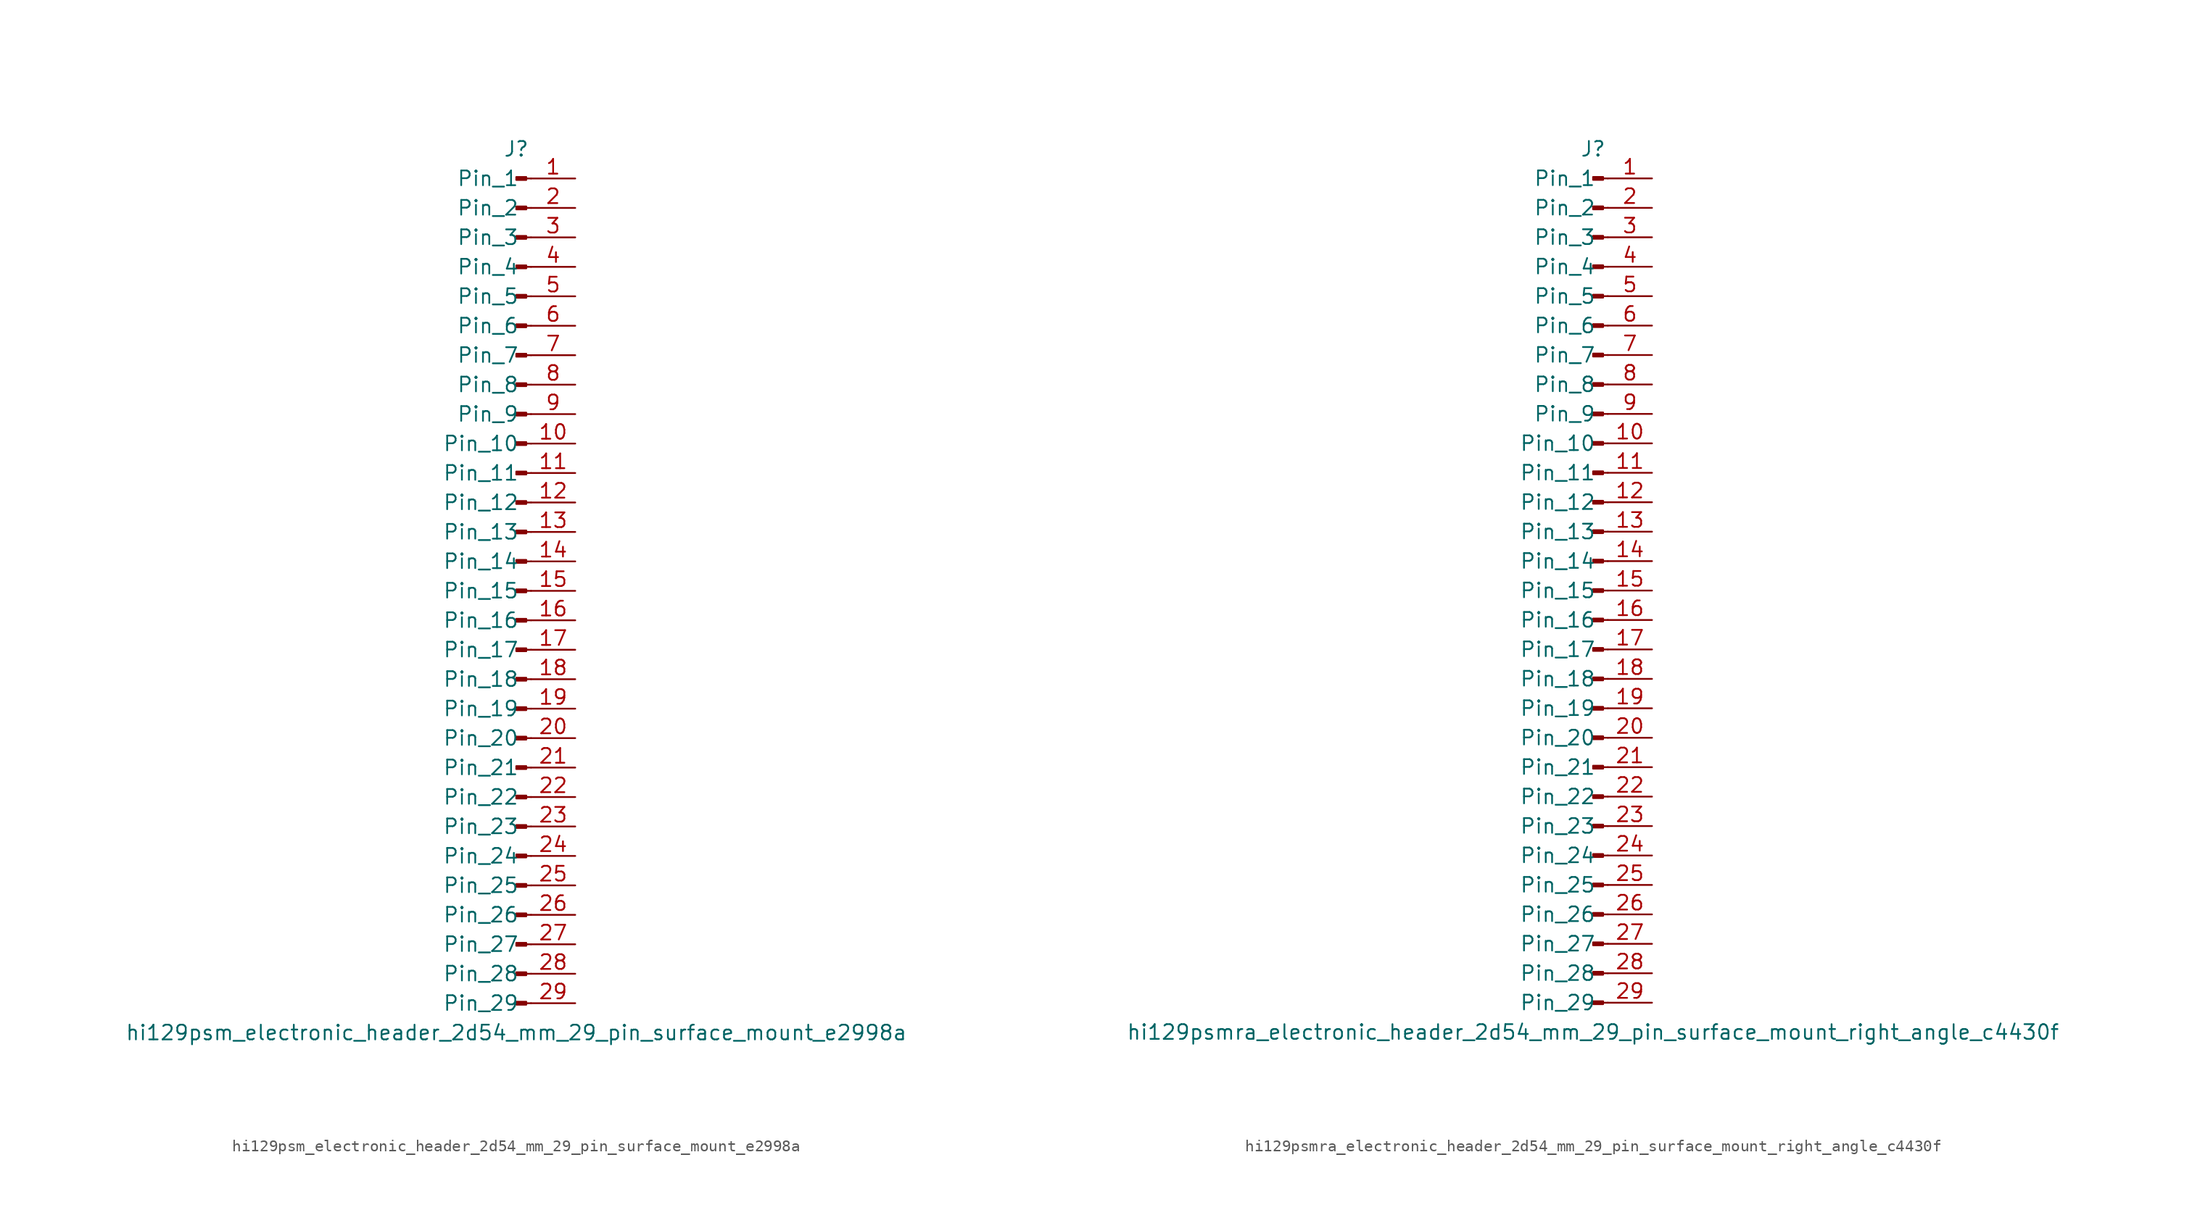
<source format=kicad_sym>
(kicad_symbol_lib
  (version 20220914)
  (generator kicad_symbol_editor)
  (symbol "hi129psm_electronic_header_2d54_mm_29_pin_surface_mount_e2998a"
    (pin_names
      (offset 1.016))
    (property "Reference" "J"
      (at 0 38.1 0)
      (effects (font (size 1.27 1.27))))
    (property "Value" "hi129psm_electronic_header_2d54_mm_29_pin_surface_mount_e2998a"
      (at 0 -38.1 0)
      (effects (font (size 1.27 1.27))))
    (property "ki_locked" ""
      (at 0 0 0)
      (effects (font (size 1.27 1.27))))
    (symbol "hi129psm_electronic_header_2d54_mm_29_pin_surface_mount_e2998a_1_1"
      (polyline (pts (xy 1.27 -35.56) (xy 0.864 -35.56)) (stroke (width 0.152) (type default)) (fill (type none)))
      (polyline (pts (xy 1.27 -33.02) (xy 0.864 -33.02)) (stroke (width 0.152) (type default)) (fill (type none)))
      (polyline (pts (xy 1.27 -30.48) (xy 0.864 -30.48)) (stroke (width 0.152) (type default)) (fill (type none)))
      (polyline (pts (xy 1.27 -27.94) (xy 0.864 -27.94)) (stroke (width 0.152) (type default)) (fill (type none)))
      (polyline (pts (xy 1.27 -25.4) (xy 0.864 -25.4)) (stroke (width 0.152) (type default)) (fill (type none)))
      (polyline (pts (xy 1.27 -22.86) (xy 0.864 -22.86)) (stroke (width 0.152) (type default)) (fill (type none)))
      (polyline (pts (xy 1.27 -20.32) (xy 0.864 -20.32)) (stroke (width 0.152) (type default)) (fill (type none)))
      (polyline (pts (xy 1.27 -17.78) (xy 0.864 -17.78)) (stroke (width 0.152) (type default)) (fill (type none)))
      (polyline (pts (xy 1.27 -15.24) (xy 0.864 -15.24)) (stroke (width 0.152) (type default)) (fill (type none)))
      (polyline (pts (xy 1.27 -12.7) (xy 0.864 -12.7)) (stroke (width 0.152) (type default)) (fill (type none)))
      (polyline (pts (xy 1.27 -10.16) (xy 0.864 -10.16)) (stroke (width 0.152) (type default)) (fill (type none)))
      (polyline (pts (xy 1.27 -7.62) (xy 0.864 -7.62)) (stroke (width 0.152) (type default)) (fill (type none)))
      (polyline (pts (xy 1.27 -5.08) (xy 0.864 -5.08)) (stroke (width 0.152) (type default)) (fill (type none)))
      (polyline (pts (xy 1.27 -2.54) (xy 0.864 -2.54)) (stroke (width 0.152) (type default)) (fill (type none)))
      (polyline (pts (xy 1.27 0) (xy 0.864 0)) (stroke (width 0.152) (type default)) (fill (type none)))
      (polyline (pts (xy 1.27 2.54) (xy 0.864 2.54)) (stroke (width 0.152) (type default)) (fill (type none)))
      (polyline (pts (xy 1.27 5.08) (xy 0.864 5.08)) (stroke (width 0.152) (type default)) (fill (type none)))
      (polyline (pts (xy 1.27 7.62) (xy 0.864 7.62)) (stroke (width 0.152) (type default)) (fill (type none)))
      (polyline (pts (xy 1.27 10.16) (xy 0.864 10.16)) (stroke (width 0.152) (type default)) (fill (type none)))
      (polyline (pts (xy 1.27 12.7) (xy 0.864 12.7)) (stroke (width 0.152) (type default)) (fill (type none)))
      (polyline (pts (xy 1.27 15.24) (xy 0.864 15.24)) (stroke (width 0.152) (type default)) (fill (type none)))
      (polyline (pts (xy 1.27 17.78) (xy 0.864 17.78)) (stroke (width 0.152) (type default)) (fill (type none)))
      (polyline (pts (xy 1.27 20.32) (xy 0.864 20.32)) (stroke (width 0.152) (type default)) (fill (type none)))
      (polyline (pts (xy 1.27 22.86) (xy 0.864 22.86)) (stroke (width 0.152) (type default)) (fill (type none)))
      (polyline (pts (xy 1.27 25.4) (xy 0.864 25.4)) (stroke (width 0.152) (type default)) (fill (type none)))
      (polyline (pts (xy 1.27 27.94) (xy 0.864 27.94)) (stroke (width 0.152) (type default)) (fill (type none)))
      (polyline (pts (xy 1.27 30.48) (xy 0.864 30.48)) (stroke (width 0.152) (type default)) (fill (type none)))
      (polyline (pts (xy 1.27 33.02) (xy 0.864 33.02)) (stroke (width 0.152) (type default)) (fill (type none)))
      (polyline (pts (xy 1.27 35.56) (xy 0.864 35.56)) (stroke (width 0.152) (type default)) (fill (type none)))
      (rectangle (start 0.864 -35.433) (end 0 -35.687) (stroke (width 0.152) (type default)) (fill (type outline)))
      (rectangle (start 0.864 -32.893) (end 0 -33.147) (stroke (width 0.152) (type default)) (fill (type outline)))
      (rectangle (start 0.864 -30.353) (end 0 -30.607) (stroke (width 0.152) (type default)) (fill (type outline)))
      (rectangle (start 0.864 -27.813) (end 0 -28.067) (stroke (width 0.152) (type default)) (fill (type outline)))
      (rectangle (start 0.864 -25.273) (end 0 -25.527) (stroke (width 0.152) (type default)) (fill (type outline)))
      (rectangle (start 0.864 -22.733) (end 0 -22.987) (stroke (width 0.152) (type default)) (fill (type outline)))
      (rectangle (start 0.864 -20.193) (end 0 -20.447) (stroke (width 0.152) (type default)) (fill (type outline)))
      (rectangle (start 0.864 -17.653) (end 0 -17.907) (stroke (width 0.152) (type default)) (fill (type outline)))
      (rectangle (start 0.864 -15.113) (end 0 -15.367) (stroke (width 0.152) (type default)) (fill (type outline)))
      (rectangle (start 0.864 -12.573) (end 0 -12.827) (stroke (width 0.152) (type default)) (fill (type outline)))
      (rectangle (start 0.864 -10.033) (end 0 -10.287) (stroke (width 0.152) (type default)) (fill (type outline)))
      (rectangle (start 0.864 -7.493) (end 0 -7.747) (stroke (width 0.152) (type default)) (fill (type outline)))
      (rectangle (start 0.864 -4.953) (end 0 -5.207) (stroke (width 0.152) (type default)) (fill (type outline)))
      (rectangle (start 0.864 -2.413) (end 0 -2.667) (stroke (width 0.152) (type default)) (fill (type outline)))
      (rectangle (start 0.864 0.127) (end 0 -0.127) (stroke (width 0.152) (type default)) (fill (type outline)))
      (rectangle (start 0.864 2.667) (end 0 2.413) (stroke (width 0.152) (type default)) (fill (type outline)))
      (rectangle (start 0.864 5.207) (end 0 4.953) (stroke (width 0.152) (type default)) (fill (type outline)))
      (rectangle (start 0.864 7.747) (end 0 7.493) (stroke (width 0.152) (type default)) (fill (type outline)))
      (rectangle (start 0.864 10.287) (end 0 10.033) (stroke (width 0.152) (type default)) (fill (type outline)))
      (rectangle (start 0.864 12.827) (end 0 12.573) (stroke (width 0.152) (type default)) (fill (type outline)))
      (rectangle (start 0.864 15.367) (end 0 15.113) (stroke (width 0.152) (type default)) (fill (type outline)))
      (rectangle (start 0.864 17.907) (end 0 17.653) (stroke (width 0.152) (type default)) (fill (type outline)))
      (rectangle (start 0.864 20.447) (end 0 20.193) (stroke (width 0.152) (type default)) (fill (type outline)))
      (rectangle (start 0.864 22.987) (end 0 22.733) (stroke (width 0.152) (type default)) (fill (type outline)))
      (rectangle (start 0.864 25.527) (end 0 25.273) (stroke (width 0.152) (type default)) (fill (type outline)))
      (rectangle (start 0.864 28.067) (end 0 27.813) (stroke (width 0.152) (type default)) (fill (type outline)))
      (rectangle (start 0.864 30.607) (end 0 30.353) (stroke (width 0.152) (type default)) (fill (type outline)))
      (rectangle (start 0.864 33.147) (end 0 32.893) (stroke (width 0.152) (type default)) (fill (type outline)))
      (rectangle (start 0.864 35.687) (end 0 35.433) (stroke (width 0.152) (type default)) (fill (type outline)))
      (pin passive line (at 5.08 35.56 180) (length 3.81) (name "Pin_1" (effects (font (size 1.27 1.27)))) (number "1" (effects (font (size 1.27 1.27)))))
      (pin passive line (at 5.08 12.7 180) (length 3.81) (name "Pin_10" (effects (font (size 1.27 1.27)))) (number "10" (effects (font (size 1.27 1.27)))))
      (pin passive line (at 5.08 10.16 180) (length 3.81) (name "Pin_11" (effects (font (size 1.27 1.27)))) (number "11" (effects (font (size 1.27 1.27)))))
      (pin passive line (at 5.08 7.62 180) (length 3.81) (name "Pin_12" (effects (font (size 1.27 1.27)))) (number "12" (effects (font (size 1.27 1.27)))))
      (pin passive line (at 5.08 5.08 180) (length 3.81) (name "Pin_13" (effects (font (size 1.27 1.27)))) (number "13" (effects (font (size 1.27 1.27)))))
      (pin passive line (at 5.08 2.54 180) (length 3.81) (name "Pin_14" (effects (font (size 1.27 1.27)))) (number "14" (effects (font (size 1.27 1.27)))))
      (pin passive line (at 5.08 0 180) (length 3.81) (name "Pin_15" (effects (font (size 1.27 1.27)))) (number "15" (effects (font (size 1.27 1.27)))))
      (pin passive line (at 5.08 -2.54 180) (length 3.81) (name "Pin_16" (effects (font (size 1.27 1.27)))) (number "16" (effects (font (size 1.27 1.27)))))
      (pin passive line (at 5.08 -5.08 180) (length 3.81) (name "Pin_17" (effects (font (size 1.27 1.27)))) (number "17" (effects (font (size 1.27 1.27)))))
      (pin passive line (at 5.08 -7.62 180) (length 3.81) (name "Pin_18" (effects (font (size 1.27 1.27)))) (number "18" (effects (font (size 1.27 1.27)))))
      (pin passive line (at 5.08 -10.16 180) (length 3.81) (name "Pin_19" (effects (font (size 1.27 1.27)))) (number "19" (effects (font (size 1.27 1.27)))))
      (pin passive line (at 5.08 33.02 180) (length 3.81) (name "Pin_2" (effects (font (size 1.27 1.27)))) (number "2" (effects (font (size 1.27 1.27)))))
      (pin passive line (at 5.08 -12.7 180) (length 3.81) (name "Pin_20" (effects (font (size 1.27 1.27)))) (number "20" (effects (font (size 1.27 1.27)))))
      (pin passive line (at 5.08 -15.24 180) (length 3.81) (name "Pin_21" (effects (font (size 1.27 1.27)))) (number "21" (effects (font (size 1.27 1.27)))))
      (pin passive line (at 5.08 -17.78 180) (length 3.81) (name "Pin_22" (effects (font (size 1.27 1.27)))) (number "22" (effects (font (size 1.27 1.27)))))
      (pin passive line (at 5.08 -20.32 180) (length 3.81) (name "Pin_23" (effects (font (size 1.27 1.27)))) (number "23" (effects (font (size 1.27 1.27)))))
      (pin passive line (at 5.08 -22.86 180) (length 3.81) (name "Pin_24" (effects (font (size 1.27 1.27)))) (number "24" (effects (font (size 1.27 1.27)))))
      (pin passive line (at 5.08 -25.4 180) (length 3.81) (name "Pin_25" (effects (font (size 1.27 1.27)))) (number "25" (effects (font (size 1.27 1.27)))))
      (pin passive line (at 5.08 -27.94 180) (length 3.81) (name "Pin_26" (effects (font (size 1.27 1.27)))) (number "26" (effects (font (size 1.27 1.27)))))
      (pin passive line (at 5.08 -30.48 180) (length 3.81) (name "Pin_27" (effects (font (size 1.27 1.27)))) (number "27" (effects (font (size 1.27 1.27)))))
      (pin passive line (at 5.08 -33.02 180) (length 3.81) (name "Pin_28" (effects (font (size 1.27 1.27)))) (number "28" (effects (font (size 1.27 1.27)))))
      (pin passive line (at 5.08 -35.56 180) (length 3.81) (name "Pin_29" (effects (font (size 1.27 1.27)))) (number "29" (effects (font (size 1.27 1.27)))))
      (pin passive line (at 5.08 30.48 180) (length 3.81) (name "Pin_3" (effects (font (size 1.27 1.27)))) (number "3" (effects (font (size 1.27 1.27)))))
      (pin passive line (at 5.08 27.94 180) (length 3.81) (name "Pin_4" (effects (font (size 1.27 1.27)))) (number "4" (effects (font (size 1.27 1.27)))))
      (pin passive line (at 5.08 25.4 180) (length 3.81) (name "Pin_5" (effects (font (size 1.27 1.27)))) (number "5" (effects (font (size 1.27 1.27)))))
      (pin passive line (at 5.08 22.86 180) (length 3.81) (name "Pin_6" (effects (font (size 1.27 1.27)))) (number "6" (effects (font (size 1.27 1.27)))))
      (pin passive line (at 5.08 20.32 180) (length 3.81) (name "Pin_7" (effects (font (size 1.27 1.27)))) (number "7" (effects (font (size 1.27 1.27)))))
      (pin passive line (at 5.08 17.78 180) (length 3.81) (name "Pin_8" (effects (font (size 1.27 1.27)))) (number "8" (effects (font (size 1.27 1.27)))))
      (pin passive line (at 5.08 15.24 180) (length 3.81) (name "Pin_9" (effects (font (size 1.27 1.27)))) (number "9" (effects (font (size 1.27 1.27)))))))
  (symbol "hi129psmra_electronic_header_2d54_mm_29_pin_surface_mount_right_angle_c4430f"
    (pin_names
      (offset 1.016))
    (property "Reference" "J"
      (at 0 38.1 0)
      (effects (font (size 1.27 1.27))))
    (property "Value" "hi129psmra_electronic_header_2d54_mm_29_pin_surface_mount_right_angle_c4430f"
      (at 0 -38.1 0)
      (effects (font (size 1.27 1.27))))
    (property "ki_locked" ""
      (at 0 0 0)
      (effects (font (size 1.27 1.27))))
    (symbol "hi129psmra_electronic_header_2d54_mm_29_pin_surface_mount_right_angle_c4430f_1_1"
      (polyline (pts (xy 1.27 -35.56) (xy 0.864 -35.56)) (stroke (width 0.152) (type default)) (fill (type none)))
      (polyline (pts (xy 1.27 -33.02) (xy 0.864 -33.02)) (stroke (width 0.152) (type default)) (fill (type none)))
      (polyline (pts (xy 1.27 -30.48) (xy 0.864 -30.48)) (stroke (width 0.152) (type default)) (fill (type none)))
      (polyline (pts (xy 1.27 -27.94) (xy 0.864 -27.94)) (stroke (width 0.152) (type default)) (fill (type none)))
      (polyline (pts (xy 1.27 -25.4) (xy 0.864 -25.4)) (stroke (width 0.152) (type default)) (fill (type none)))
      (polyline (pts (xy 1.27 -22.86) (xy 0.864 -22.86)) (stroke (width 0.152) (type default)) (fill (type none)))
      (polyline (pts (xy 1.27 -20.32) (xy 0.864 -20.32)) (stroke (width 0.152) (type default)) (fill (type none)))
      (polyline (pts (xy 1.27 -17.78) (xy 0.864 -17.78)) (stroke (width 0.152) (type default)) (fill (type none)))
      (polyline (pts (xy 1.27 -15.24) (xy 0.864 -15.24)) (stroke (width 0.152) (type default)) (fill (type none)))
      (polyline (pts (xy 1.27 -12.7) (xy 0.864 -12.7)) (stroke (width 0.152) (type default)) (fill (type none)))
      (polyline (pts (xy 1.27 -10.16) (xy 0.864 -10.16)) (stroke (width 0.152) (type default)) (fill (type none)))
      (polyline (pts (xy 1.27 -7.62) (xy 0.864 -7.62)) (stroke (width 0.152) (type default)) (fill (type none)))
      (polyline (pts (xy 1.27 -5.08) (xy 0.864 -5.08)) (stroke (width 0.152) (type default)) (fill (type none)))
      (polyline (pts (xy 1.27 -2.54) (xy 0.864 -2.54)) (stroke (width 0.152) (type default)) (fill (type none)))
      (polyline (pts (xy 1.27 0) (xy 0.864 0)) (stroke (width 0.152) (type default)) (fill (type none)))
      (polyline (pts (xy 1.27 2.54) (xy 0.864 2.54)) (stroke (width 0.152) (type default)) (fill (type none)))
      (polyline (pts (xy 1.27 5.08) (xy 0.864 5.08)) (stroke (width 0.152) (type default)) (fill (type none)))
      (polyline (pts (xy 1.27 7.62) (xy 0.864 7.62)) (stroke (width 0.152) (type default)) (fill (type none)))
      (polyline (pts (xy 1.27 10.16) (xy 0.864 10.16)) (stroke (width 0.152) (type default)) (fill (type none)))
      (polyline (pts (xy 1.27 12.7) (xy 0.864 12.7)) (stroke (width 0.152) (type default)) (fill (type none)))
      (polyline (pts (xy 1.27 15.24) (xy 0.864 15.24)) (stroke (width 0.152) (type default)) (fill (type none)))
      (polyline (pts (xy 1.27 17.78) (xy 0.864 17.78)) (stroke (width 0.152) (type default)) (fill (type none)))
      (polyline (pts (xy 1.27 20.32) (xy 0.864 20.32)) (stroke (width 0.152) (type default)) (fill (type none)))
      (polyline (pts (xy 1.27 22.86) (xy 0.864 22.86)) (stroke (width 0.152) (type default)) (fill (type none)))
      (polyline (pts (xy 1.27 25.4) (xy 0.864 25.4)) (stroke (width 0.152) (type default)) (fill (type none)))
      (polyline (pts (xy 1.27 27.94) (xy 0.864 27.94)) (stroke (width 0.152) (type default)) (fill (type none)))
      (polyline (pts (xy 1.27 30.48) (xy 0.864 30.48)) (stroke (width 0.152) (type default)) (fill (type none)))
      (polyline (pts (xy 1.27 33.02) (xy 0.864 33.02)) (stroke (width 0.152) (type default)) (fill (type none)))
      (polyline (pts (xy 1.27 35.56) (xy 0.864 35.56)) (stroke (width 0.152) (type default)) (fill (type none)))
      (rectangle (start 0.864 -35.433) (end 0 -35.687) (stroke (width 0.152) (type default)) (fill (type outline)))
      (rectangle (start 0.864 -32.893) (end 0 -33.147) (stroke (width 0.152) (type default)) (fill (type outline)))
      (rectangle (start 0.864 -30.353) (end 0 -30.607) (stroke (width 0.152) (type default)) (fill (type outline)))
      (rectangle (start 0.864 -27.813) (end 0 -28.067) (stroke (width 0.152) (type default)) (fill (type outline)))
      (rectangle (start 0.864 -25.273) (end 0 -25.527) (stroke (width 0.152) (type default)) (fill (type outline)))
      (rectangle (start 0.864 -22.733) (end 0 -22.987) (stroke (width 0.152) (type default)) (fill (type outline)))
      (rectangle (start 0.864 -20.193) (end 0 -20.447) (stroke (width 0.152) (type default)) (fill (type outline)))
      (rectangle (start 0.864 -17.653) (end 0 -17.907) (stroke (width 0.152) (type default)) (fill (type outline)))
      (rectangle (start 0.864 -15.113) (end 0 -15.367) (stroke (width 0.152) (type default)) (fill (type outline)))
      (rectangle (start 0.864 -12.573) (end 0 -12.827) (stroke (width 0.152) (type default)) (fill (type outline)))
      (rectangle (start 0.864 -10.033) (end 0 -10.287) (stroke (width 0.152) (type default)) (fill (type outline)))
      (rectangle (start 0.864 -7.493) (end 0 -7.747) (stroke (width 0.152) (type default)) (fill (type outline)))
      (rectangle (start 0.864 -4.953) (end 0 -5.207) (stroke (width 0.152) (type default)) (fill (type outline)))
      (rectangle (start 0.864 -2.413) (end 0 -2.667) (stroke (width 0.152) (type default)) (fill (type outline)))
      (rectangle (start 0.864 0.127) (end 0 -0.127) (stroke (width 0.152) (type default)) (fill (type outline)))
      (rectangle (start 0.864 2.667) (end 0 2.413) (stroke (width 0.152) (type default)) (fill (type outline)))
      (rectangle (start 0.864 5.207) (end 0 4.953) (stroke (width 0.152) (type default)) (fill (type outline)))
      (rectangle (start 0.864 7.747) (end 0 7.493) (stroke (width 0.152) (type default)) (fill (type outline)))
      (rectangle (start 0.864 10.287) (end 0 10.033) (stroke (width 0.152) (type default)) (fill (type outline)))
      (rectangle (start 0.864 12.827) (end 0 12.573) (stroke (width 0.152) (type default)) (fill (type outline)))
      (rectangle (start 0.864 15.367) (end 0 15.113) (stroke (width 0.152) (type default)) (fill (type outline)))
      (rectangle (start 0.864 17.907) (end 0 17.653) (stroke (width 0.152) (type default)) (fill (type outline)))
      (rectangle (start 0.864 20.447) (end 0 20.193) (stroke (width 0.152) (type default)) (fill (type outline)))
      (rectangle (start 0.864 22.987) (end 0 22.733) (stroke (width 0.152) (type default)) (fill (type outline)))
      (rectangle (start 0.864 25.527) (end 0 25.273) (stroke (width 0.152) (type default)) (fill (type outline)))
      (rectangle (start 0.864 28.067) (end 0 27.813) (stroke (width 0.152) (type default)) (fill (type outline)))
      (rectangle (start 0.864 30.607) (end 0 30.353) (stroke (width 0.152) (type default)) (fill (type outline)))
      (rectangle (start 0.864 33.147) (end 0 32.893) (stroke (width 0.152) (type default)) (fill (type outline)))
      (rectangle (start 0.864 35.687) (end 0 35.433) (stroke (width 0.152) (type default)) (fill (type outline)))
      (pin passive line (at 5.08 35.56 180) (length 3.81) (name "Pin_1" (effects (font (size 1.27 1.27)))) (number "1" (effects (font (size 1.27 1.27)))))
      (pin passive line (at 5.08 12.7 180) (length 3.81) (name "Pin_10" (effects (font (size 1.27 1.27)))) (number "10" (effects (font (size 1.27 1.27)))))
      (pin passive line (at 5.08 10.16 180) (length 3.81) (name "Pin_11" (effects (font (size 1.27 1.27)))) (number "11" (effects (font (size 1.27 1.27)))))
      (pin passive line (at 5.08 7.62 180) (length 3.81) (name "Pin_12" (effects (font (size 1.27 1.27)))) (number "12" (effects (font (size 1.27 1.27)))))
      (pin passive line (at 5.08 5.08 180) (length 3.81) (name "Pin_13" (effects (font (size 1.27 1.27)))) (number "13" (effects (font (size 1.27 1.27)))))
      (pin passive line (at 5.08 2.54 180) (length 3.81) (name "Pin_14" (effects (font (size 1.27 1.27)))) (number "14" (effects (font (size 1.27 1.27)))))
      (pin passive line (at 5.08 0 180) (length 3.81) (name "Pin_15" (effects (font (size 1.27 1.27)))) (number "15" (effects (font (size 1.27 1.27)))))
      (pin passive line (at 5.08 -2.54 180) (length 3.81) (name "Pin_16" (effects (font (size 1.27 1.27)))) (number "16" (effects (font (size 1.27 1.27)))))
      (pin passive line (at 5.08 -5.08 180) (length 3.81) (name "Pin_17" (effects (font (size 1.27 1.27)))) (number "17" (effects (font (size 1.27 1.27)))))
      (pin passive line (at 5.08 -7.62 180) (length 3.81) (name "Pin_18" (effects (font (size 1.27 1.27)))) (number "18" (effects (font (size 1.27 1.27)))))
      (pin passive line (at 5.08 -10.16 180) (length 3.81) (name "Pin_19" (effects (font (size 1.27 1.27)))) (number "19" (effects (font (size 1.27 1.27)))))
      (pin passive line (at 5.08 33.02 180) (length 3.81) (name "Pin_2" (effects (font (size 1.27 1.27)))) (number "2" (effects (font (size 1.27 1.27)))))
      (pin passive line (at 5.08 -12.7 180) (length 3.81) (name "Pin_20" (effects (font (size 1.27 1.27)))) (number "20" (effects (font (size 1.27 1.27)))))
      (pin passive line (at 5.08 -15.24 180) (length 3.81) (name "Pin_21" (effects (font (size 1.27 1.27)))) (number "21" (effects (font (size 1.27 1.27)))))
      (pin passive line (at 5.08 -17.78 180) (length 3.81) (name "Pin_22" (effects (font (size 1.27 1.27)))) (number "22" (effects (font (size 1.27 1.27)))))
      (pin passive line (at 5.08 -20.32 180) (length 3.81) (name "Pin_23" (effects (font (size 1.27 1.27)))) (number "23" (effects (font (size 1.27 1.27)))))
      (pin passive line (at 5.08 -22.86 180) (length 3.81) (name "Pin_24" (effects (font (size 1.27 1.27)))) (number "24" (effects (font (size 1.27 1.27)))))
      (pin passive line (at 5.08 -25.4 180) (length 3.81) (name "Pin_25" (effects (font (size 1.27 1.27)))) (number "25" (effects (font (size 1.27 1.27)))))
      (pin passive line (at 5.08 -27.94 180) (length 3.81) (name "Pin_26" (effects (font (size 1.27 1.27)))) (number "26" (effects (font (size 1.27 1.27)))))
      (pin passive line (at 5.08 -30.48 180) (length 3.81) (name "Pin_27" (effects (font (size 1.27 1.27)))) (number "27" (effects (font (size 1.27 1.27)))))
      (pin passive line (at 5.08 -33.02 180) (length 3.81) (name "Pin_28" (effects (font (size 1.27 1.27)))) (number "28" (effects (font (size 1.27 1.27)))))
      (pin passive line (at 5.08 -35.56 180) (length 3.81) (name "Pin_29" (effects (font (size 1.27 1.27)))) (number "29" (effects (font (size 1.27 1.27)))))
      (pin passive line (at 5.08 30.48 180) (length 3.81) (name "Pin_3" (effects (font (size 1.27 1.27)))) (number "3" (effects (font (size 1.27 1.27)))))
      (pin passive line (at 5.08 27.94 180) (length 3.81) (name "Pin_4" (effects (font (size 1.27 1.27)))) (number "4" (effects (font (size 1.27 1.27)))))
      (pin passive line (at 5.08 25.4 180) (length 3.81) (name "Pin_5" (effects (font (size 1.27 1.27)))) (number "5" (effects (font (size 1.27 1.27)))))
      (pin passive line (at 5.08 22.86 180) (length 3.81) (name "Pin_6" (effects (font (size 1.27 1.27)))) (number "6" (effects (font (size 1.27 1.27)))))
      (pin passive line (at 5.08 20.32 180) (length 3.81) (name "Pin_7" (effects (font (size 1.27 1.27)))) (number "7" (effects (font (size 1.27 1.27)))))
      (pin passive line (at 5.08 17.78 180) (length 3.81) (name "Pin_8" (effects (font (size 1.27 1.27)))) (number "8" (effects (font (size 1.27 1.27)))))
      (pin passive line (at 5.08 15.24 180) (length 3.81) (name "Pin_9" (effects (font (size 1.27 1.27)))) (number "9" (effects (font (size 1.27 1.27))))))))
</source>
